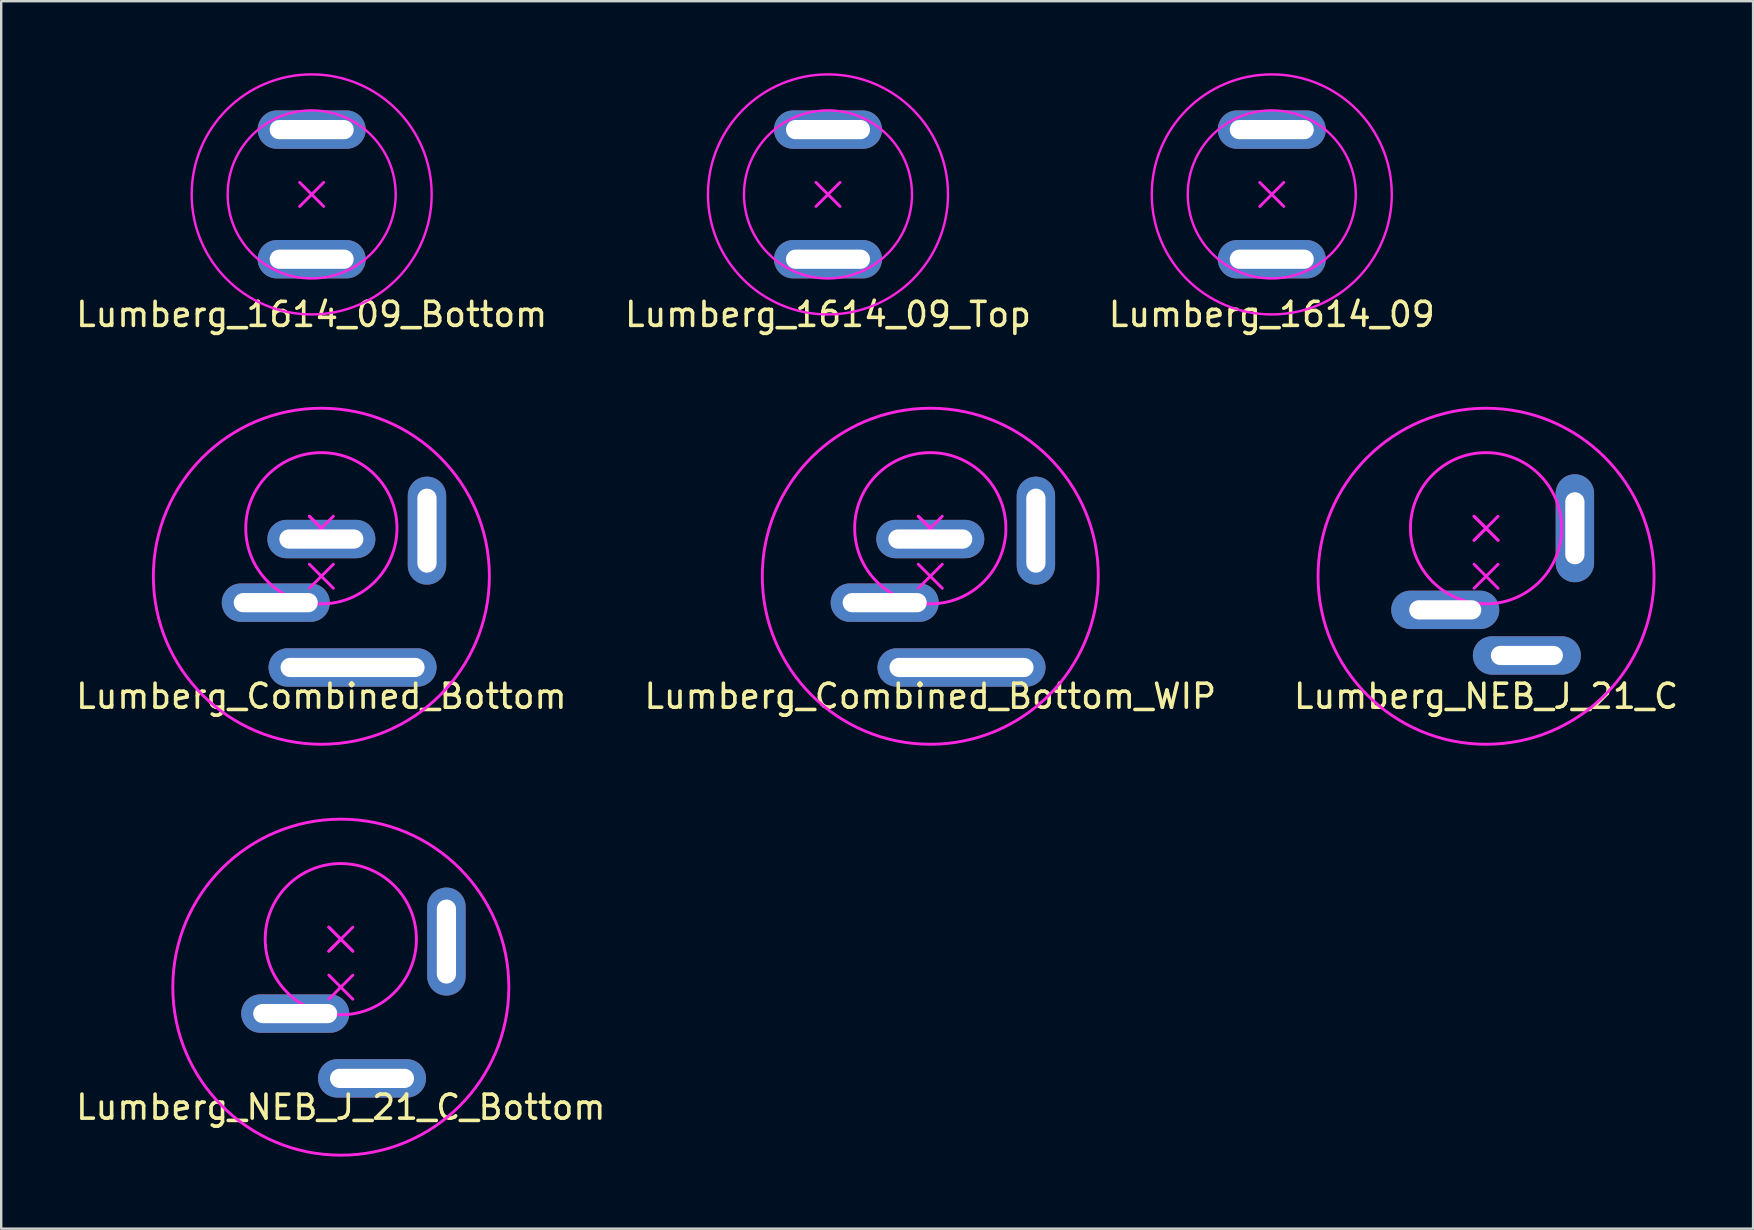
<source format=kicad_pcb>
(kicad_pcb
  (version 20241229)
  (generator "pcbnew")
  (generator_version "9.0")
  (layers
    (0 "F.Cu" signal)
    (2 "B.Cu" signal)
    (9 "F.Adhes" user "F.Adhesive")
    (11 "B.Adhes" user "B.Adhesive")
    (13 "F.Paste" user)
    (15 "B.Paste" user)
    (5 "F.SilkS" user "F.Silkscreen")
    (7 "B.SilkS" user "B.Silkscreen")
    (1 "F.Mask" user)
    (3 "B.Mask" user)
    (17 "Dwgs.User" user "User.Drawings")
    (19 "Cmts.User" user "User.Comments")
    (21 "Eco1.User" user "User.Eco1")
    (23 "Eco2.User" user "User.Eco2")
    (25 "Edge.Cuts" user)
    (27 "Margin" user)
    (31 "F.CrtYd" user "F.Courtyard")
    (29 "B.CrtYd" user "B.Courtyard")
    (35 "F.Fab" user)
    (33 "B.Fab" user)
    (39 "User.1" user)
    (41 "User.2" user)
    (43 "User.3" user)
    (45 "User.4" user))
  (footprint "Lumberg_Combined_Bottom_WIP"
    (layer "F.Cu")
    (at 35.708 20.958)
    (property "Reference" "Lumberg_Combined_Bottom_WIP" (at 0 5 0) (layer "F.SilkS") (effects (font (size 1 1) (thickness 0.15))))
    (attr through_hole)
    (fp_line (start -0.5 -2.5) (end 0 -2) (stroke (width 0.12) (type solid)) (layer "F.CrtYd"))
    (fp_line (start -0.5 -1.5) (end 0 -2) (stroke (width 0.12) (type solid)) (layer "F.CrtYd"))
    (fp_line (start -0.5 -0.5) (end 0.5 0.5) (stroke (width 0.12) (type solid)) (layer "F.CrtYd"))
    (fp_line (start 0 -2) (end -0.5 -2.5) (stroke (width 0.12) (type solid)) (layer "F.CrtYd"))
    (fp_line (start 0 -2) (end -0.5 -1.5) (stroke (width 0.12) (type solid)) (layer "F.CrtYd"))
    (fp_line (start 0 -2) (end 0.5 -2.5) (stroke (width 0.12) (type solid)) (layer "F.CrtYd"))
    (fp_line (start 0 -2) (end 0.5 -1.5) (stroke (width 0.12) (type solid)) (layer "F.CrtYd"))
    (fp_line (start 0 0) (end -0.5 0.5) (stroke (width 0.12) (type solid)) (layer "F.CrtYd"))
    (fp_line (start 0 0) (end 0.5 -0.5) (stroke (width 0.12) (type solid)) (layer "F.CrtYd"))
    (fp_line (start 0.5 -1.5) (end 0 -2) (stroke (width 0.12) (type solid)) (layer "F.CrtYd"))
    (fp_circle (center 0 -2) (end 0 -5.15) (stroke (width 0.12) (type solid)) (fill no) (layer "F.CrtYd"))
    (fp_circle (center 0 0) (end -7 0) (stroke (width 0.12) (type solid)) (fill no) (layer "F.CrtYd"))
    (pad "1" thru_hole oval (at 0 -1.55) (size 4.5 1.6) (drill oval 3.5 0.8) (layers "*.Cu" "*.Mask"))
    (pad "1" thru_hole oval (at 4.4 -1.9) (size 1.6 4.5) (drill oval 0.8 3.5) (layers "*.Cu" "*.Mask"))
    (pad "2" thru_hole oval (at 1.3 3.8) (size 7 1.6) (drill oval 6 0.8) (layers "*.Cu" "*.Mask"))
    (pad "3" thru_hole oval (at -1.9 1.1) (size 4.5 1.6) (drill oval 3.5 0.8) (layers "*.Cu" "*.Mask")))
  (footprint "Lumberg_1614_09_Bottom"
    (layer "F.Cu")
    (at 9.935 5.05)
    (property "Reference" "Lumberg_1614_09_Bottom" (at 0 5 0) (layer "F.SilkS") (effects (font (size 1 1) (thickness 0.15))))
    (attr through_hole)
    (fp_line (start -0.5 -0.5) (end 0.5 0.5) (stroke (width 0.12) (type solid)) (layer "F.CrtYd"))
    (fp_line (start 0 0) (end -0.5 0.5) (stroke (width 0.12) (type solid)) (layer "F.CrtYd"))
    (fp_line (start 0 0) (end 0.5 -0.5) (stroke (width 0.12) (type solid)) (layer "F.CrtYd"))
    (fp_circle (center 0 0) (end -5 0) (stroke (width 0.1) (type solid)) (fill no) (layer "F.CrtYd"))
    (fp_circle (center 0 0) (end -3.5 0) (stroke (width 0.1) (type solid)) (fill no) (layer "F.CrtYd"))
    (pad "1" thru_hole oval (at 0 -2.7) (size 4.5 1.6) (drill oval 3.5 0.8) (layers "*.Cu" "*.Mask"))
    (pad "2" thru_hole oval (at 0 2.7) (size 4.5 1.6) (drill oval 3.5 0.8) (layers "*.Cu" "*.Mask")))
  (footprint "Lumberg_1614_09"
    (layer "F.Cu")
    (at 49.935 5.05)
    (property "Reference" "Lumberg_1614_09" (at 0 5 0) (layer "F.SilkS") (effects (font (size 1 1) (thickness 0.15))))
    (attr through_hole)
    (fp_line (start -0.5 -0.5) (end 0.5 0.5) (stroke (width 0.12) (type solid)) (layer "F.CrtYd"))
    (fp_line (start 0 0) (end -0.5 0.5) (stroke (width 0.12) (type solid)) (layer "F.CrtYd"))
    (fp_line (start 0 0) (end 0.5 -0.5) (stroke (width 0.12) (type solid)) (layer "F.CrtYd"))
    (fp_circle (center 0 0) (end -5 0) (stroke (width 0.1) (type solid)) (fill no) (layer "F.CrtYd"))
    (fp_circle (center 0 0) (end -3.5 0) (stroke (width 0.1) (type solid)) (fill no) (layer "F.CrtYd"))
    (pad "1" thru_hole oval (at 0 -2.7) (size 4.5 1.6) (drill oval 3.5 0.8) (layers "*.Cu" "*.Mask"))
    (pad "2" thru_hole oval (at 0 2.7) (size 4.5 1.6) (drill oval 3.5 0.8) (layers "*.Cu" "*.Mask")))
  (footprint "Lumberg_Combined_Bottom"
    (layer "F.Cu")
    (at 10.339 20.958)
    (property "Reference" "Lumberg_Combined_Bottom" (at 0 5 0) (layer "F.SilkS") (effects (font (size 1 1) (thickness 0.15))))
    (attr through_hole)
    (fp_line (start -0.5 -2.5) (end 0 -2) (stroke (width 0.12) (type solid)) (layer "F.CrtYd"))
    (fp_line (start -0.5 -1.5) (end 0 -2) (stroke (width 0.12) (type solid)) (layer "F.CrtYd"))
    (fp_line (start -0.5 -0.5) (end 0.5 0.5) (stroke (width 0.12) (type solid)) (layer "F.CrtYd"))
    (fp_line (start 0 -2) (end -0.5 -2.5) (stroke (width 0.12) (type solid)) (layer "F.CrtYd"))
    (fp_line (start 0 -2) (end -0.5 -1.5) (stroke (width 0.12) (type solid)) (layer "F.CrtYd"))
    (fp_line (start 0 -2) (end 0.5 -2.5) (stroke (width 0.12) (type solid)) (layer "F.CrtYd"))
    (fp_line (start 0 -2) (end 0.5 -1.5) (stroke (width 0.12) (type solid)) (layer "F.CrtYd"))
    (fp_line (start 0 0) (end -0.5 0.5) (stroke (width 0.12) (type solid)) (layer "F.CrtYd"))
    (fp_line (start 0 0) (end 0.5 -0.5) (stroke (width 0.12) (type solid)) (layer "F.CrtYd"))
    (fp_line (start 0.5 -1.5) (end 0 -2) (stroke (width 0.12) (type solid)) (layer "F.CrtYd"))
    (fp_circle (center 0 -2) (end 0 -5.15) (stroke (width 0.12) (type solid)) (fill no) (layer "F.CrtYd"))
    (fp_circle (center 0 0) (end -7 0) (stroke (width 0.12) (type solid)) (fill no) (layer "F.CrtYd"))
    (pad "1" thru_hole oval (at 0 -1.55) (size 4.5 1.6) (drill oval 3.5 0.8) (layers "*.Cu" "*.Mask"))
    (pad "1" thru_hole oval (at 4.4 -1.9) (size 1.6 4.5) (drill oval 0.8 3.5) (layers "*.Cu" "*.Mask"))
    (pad "2" thru_hole oval (at 1.3 3.8) (size 7 1.6) (drill oval 6 0.8) (layers "*.Cu" "*.Mask"))
    (pad "3" thru_hole oval (at -1.9 1.1) (size 4.5 1.6) (drill oval 3.5 0.8) (layers "*.Cu" "*.Mask")))
  (footprint "Lumberg_1614_09_Top"
    (layer "F.Cu")
    (at 31.446 5.05)
    (property "Reference" "Lumberg_1614_09_Top" (at 0 5 0) (layer "F.SilkS") (effects (font (size 1 1) (thickness 0.15))))
    (attr through_hole)
    (fp_line (start -0.5 -0.5) (end 0.5 0.5) (stroke (width 0.12) (type solid)) (layer "F.CrtYd"))
    (fp_line (start 0 0) (end -0.5 0.5) (stroke (width 0.12) (type solid)) (layer "F.CrtYd"))
    (fp_line (start 0 0) (end 0.5 -0.5) (stroke (width 0.12) (type solid)) (layer "F.CrtYd"))
    (fp_circle (center 0 0) (end -5 0) (stroke (width 0.1) (type solid)) (fill no) (layer "F.CrtYd"))
    (fp_circle (center 0 0) (end -3.5 0) (stroke (width 0.1) (type solid)) (fill no) (layer "F.CrtYd"))
    (pad "1" thru_hole oval (at 0 -2.7) (size 4.5 1.6) (drill oval 3.5 0.8) (layers "*.Cu" "*.Mask"))
    (pad "2" thru_hole oval (at 0 2.7) (size 4.5 1.6) (drill oval 3.5 0.8) (layers "*.Cu" "*.Mask")))
  (footprint "Lumberg_NEB_J_21_C_Bottom"
    (layer "F.Cu")
    (at 11.149 38.078)
    (property "Reference" "Lumberg_NEB_J_21_C_Bottom" (at 0 5 0) (layer "F.SilkS") (effects (font (size 1 1) (thickness 0.15))))
    (attr through_hole)
    (fp_line (start -0.5 -2.5) (end 0 -2) (stroke (width 0.12) (type solid)) (layer "F.CrtYd"))
    (fp_line (start -0.5 -1.5) (end 0 -2) (stroke (width 0.12) (type solid)) (layer "F.CrtYd"))
    (fp_line (start -0.5 -0.5) (end 0.5 0.5) (stroke (width 0.12) (type solid)) (layer "F.CrtYd"))
    (fp_line (start 0 -2) (end -0.5 -2.5) (stroke (width 0.12) (type solid)) (layer "F.CrtYd"))
    (fp_line (start 0 -2) (end -0.5 -1.5) (stroke (width 0.12) (type solid)) (layer "F.CrtYd"))
    (fp_line (start 0 -2) (end 0.5 -2.5) (stroke (width 0.12) (type solid)) (layer "F.CrtYd"))
    (fp_line (start 0 -2) (end 0.5 -1.5) (stroke (width 0.12) (type solid)) (layer "F.CrtYd"))
    (fp_line (start 0 0) (end -0.5 0.5) (stroke (width 0.12) (type solid)) (layer "F.CrtYd"))
    (fp_line (start 0 0) (end 0.5 -0.5) (stroke (width 0.12) (type solid)) (layer "F.CrtYd"))
    (fp_line (start 0.5 -1.5) (end 0 -2) (stroke (width 0.12) (type solid)) (layer "F.CrtYd"))
    (fp_circle (center 0 -2) (end 0 -5.15) (stroke (width 0.12) (type solid)) (fill no) (layer "F.CrtYd"))
    (fp_circle (center 0 0) (end -7 0) (stroke (width 0.12) (type solid)) (fill no) (layer "F.CrtYd"))
    (pad "1" thru_hole oval (at 4.4 -1.9) (size 1.6 4.5) (drill oval 0.8 3.5) (layers "*.Cu" "*.Mask"))
    (pad "2" thru_hole oval (at 1.3 3.8) (size 4.5 1.6) (drill oval 3.5 0.8) (layers "*.Cu" "*.Mask"))
    (pad "3" thru_hole oval (at -1.9 1.1) (size 4.5 1.6) (drill oval 3.5 0.8) (layers "*.Cu" "*.Mask")))
  (footprint "Lumberg_NEB_J_21_C"
    (layer "F.Cu")
    (at 58.863 20.958)
    (property "Reference" "Lumberg_NEB_J_21_C" (at 0 5 0) (layer "F.SilkS") (effects (font (size 1 1) (thickness 0.15))))
    (attr through_hole)
    (fp_line (start -0.5 -2.5) (end 0 -2) (stroke (width 0.12) (type solid)) (layer "F.CrtYd"))
    (fp_line (start -0.5 -1.5) (end 0 -2) (stroke (width 0.12) (type solid)) (layer "F.CrtYd"))
    (fp_line (start -0.5 -0.5) (end 0.5 0.5) (stroke (width 0.12) (type solid)) (layer "F.CrtYd"))
    (fp_line (start 0 -2) (end -0.5 -2.5) (stroke (width 0.12) (type solid)) (layer "F.CrtYd"))
    (fp_line (start 0 -2) (end -0.5 -1.5) (stroke (width 0.12) (type solid)) (layer "F.CrtYd"))
    (fp_line (start 0 -2) (end 0.5 -2.5) (stroke (width 0.12) (type solid)) (layer "F.CrtYd"))
    (fp_line (start 0 -2) (end 0.5 -1.5) (stroke (width 0.12) (type solid)) (layer "F.CrtYd"))
    (fp_line (start 0 0) (end -0.5 0.5) (stroke (width 0.12) (type solid)) (layer "F.CrtYd"))
    (fp_line (start 0 0) (end 0.5 -0.5) (stroke (width 0.12) (type solid)) (layer "F.CrtYd"))
    (fp_line (start 0.5 -1.5) (end 0 -2) (stroke (width 0.12) (type solid)) (layer "F.CrtYd"))
    (fp_circle (center 0 -2) (end 0 -5.15) (stroke (width 0.12) (type solid)) (fill no) (layer "F.CrtYd"))
    (fp_circle (center 0 0) (end -7 0) (stroke (width 0.12) (type solid)) (fill no) (layer "F.CrtYd"))
    (pad "1" thru_hole oval (at -1.7 1.4) (size 4.5 1.6) (drill oval 3 0.8) (layers "*.Cu" "*.Mask"))
    (pad "2" thru_hole oval (at 1.7 3.3) (size 4.5 1.6) (drill oval 3 0.8) (layers "*.Cu" "*.Mask"))
    (pad "3" thru_hole oval (at 3.7 -2) (size 1.6 4.5) (drill oval 0.8 3) (layers "*.Cu" "*.Mask")))
  (gr_rect
    (start -3 -3)
    (end 69.988 48.138)
    (stroke (width 0.1) (type default))
    (fill no)
    (layer "Edge.Cuts")))
</source>
